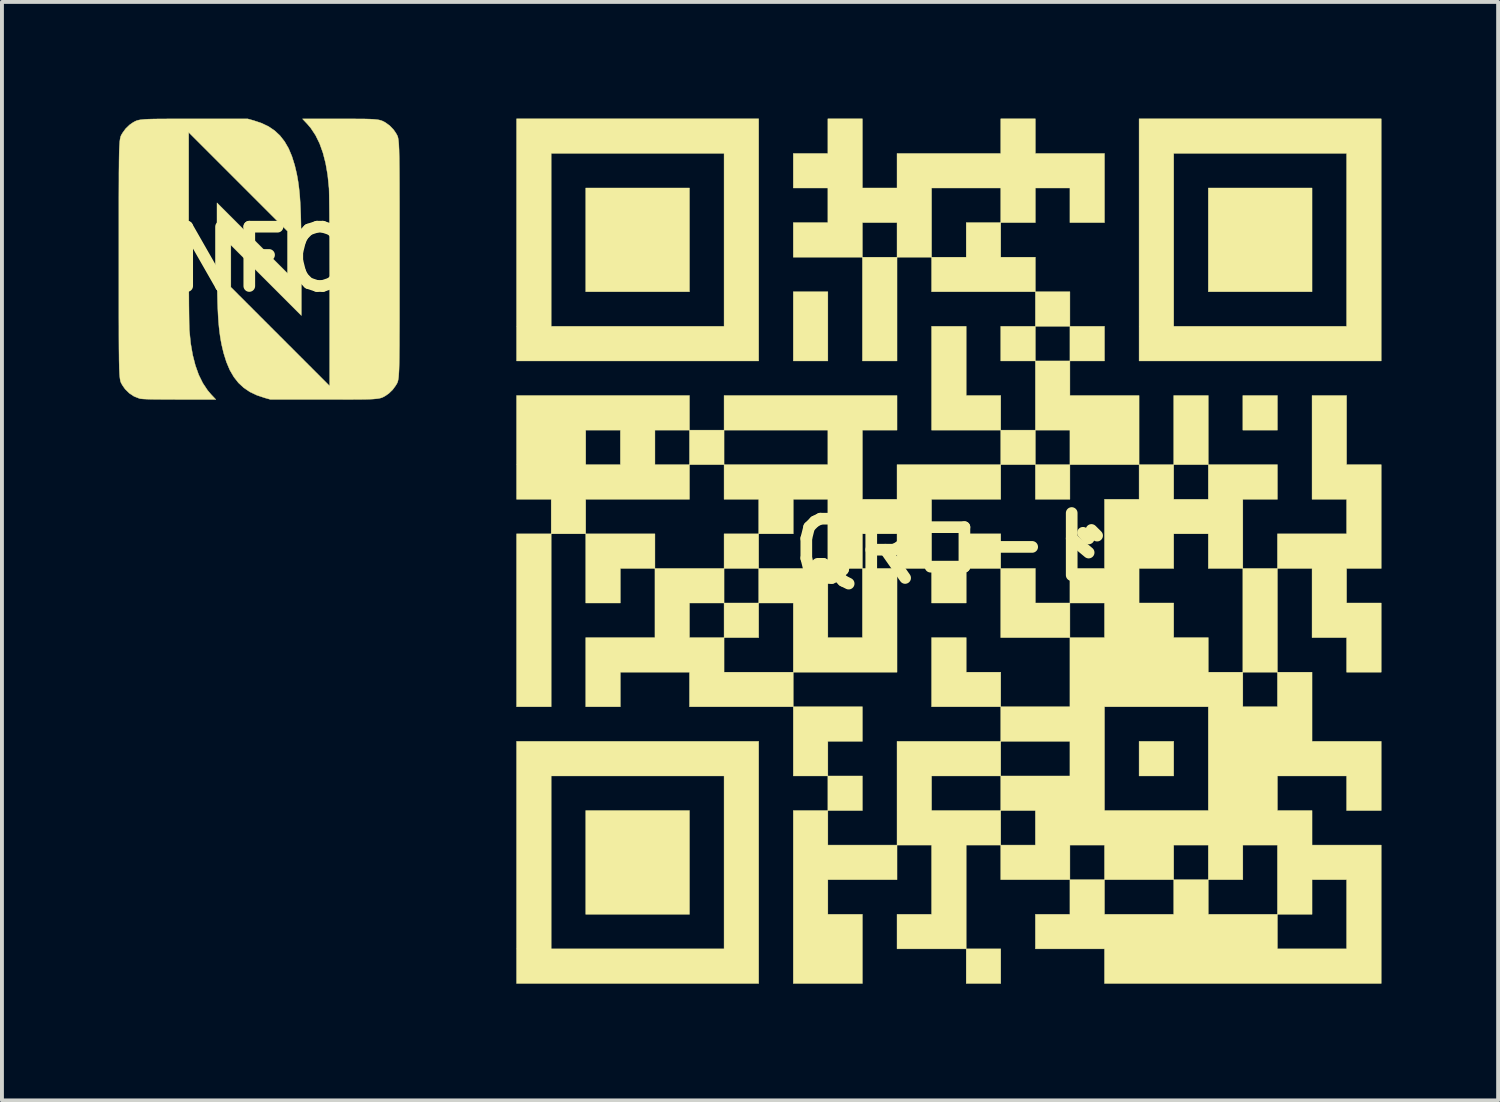
<source format=kicad_pcb>
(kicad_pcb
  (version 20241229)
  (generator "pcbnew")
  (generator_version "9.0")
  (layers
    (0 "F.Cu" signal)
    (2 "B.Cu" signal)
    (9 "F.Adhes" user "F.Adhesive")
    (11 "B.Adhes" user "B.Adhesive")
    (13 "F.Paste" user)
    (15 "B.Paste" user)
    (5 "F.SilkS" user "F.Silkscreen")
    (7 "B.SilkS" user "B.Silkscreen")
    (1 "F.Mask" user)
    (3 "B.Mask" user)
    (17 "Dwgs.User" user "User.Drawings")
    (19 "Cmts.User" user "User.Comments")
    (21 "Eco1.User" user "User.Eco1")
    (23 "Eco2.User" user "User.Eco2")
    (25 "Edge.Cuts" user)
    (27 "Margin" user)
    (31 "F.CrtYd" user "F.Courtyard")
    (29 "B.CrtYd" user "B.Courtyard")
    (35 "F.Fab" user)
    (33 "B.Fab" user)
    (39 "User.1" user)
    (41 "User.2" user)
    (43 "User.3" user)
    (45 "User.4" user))
  (footprint "QRコード"
    (layer "F.Cu")
    (at 21.341 11.117)
    (property "Reference" "QRコード" (at 0 0 0) (layer "F.SilkS") (effects (font (size 1.524 1.524) (thickness 0.3))))
    (attr through_hole)
    (fp_poly (pts (xy -10.223 4) (xy -11.113 4) (xy -11.113 -0.445) (xy -10.223 -0.445) (xy -10.223 4)) (stroke (width 0.01) (type solid)) (fill yes) (layer "F.SilkS"))
    (fp_poly (pts (xy -6.668 -6.668) (xy -9.335 -6.668) (xy -9.335 -9.335) (xy -6.668 -9.335) (xy -6.668 -6.668)) (stroke (width 0.01) (type solid)) (fill yes) (layer "F.SilkS"))
    (fp_poly (pts (xy -6.668 9.335) (xy -9.335 9.335) (xy -9.335 6.668) (xy -6.668 6.668) (xy -6.668 9.335)) (stroke (width 0.01) (type solid)) (fill yes) (layer "F.SilkS"))
    (fp_poly (pts (xy -4.889 0.445) (xy -5.779 0.445) (xy -5.779 -0.445) (xy -4.889 -0.445) (xy -4.889 0.445)) (stroke (width 0.01) (type solid)) (fill yes) (layer "F.SilkS"))
    (fp_poly (pts (xy -4.889 2.223) (xy -5.779 2.223) (xy -5.779 1.333) (xy -4.889 1.333) (xy -4.889 2.223)) (stroke (width 0.01) (type solid)) (fill yes) (layer "F.SilkS"))
    (fp_poly (pts (xy -3.111 -4.889) (xy -4 -4.889) (xy -4 -6.668) (xy -3.111 -6.668) (xy -3.111 -4.889)) (stroke (width 0.01) (type solid)) (fill yes) (layer "F.SilkS"))
    (fp_poly (pts (xy -2.223 6.668) (xy -3.111 6.668) (xy -3.111 5.779) (xy -2.223 5.779) (xy -2.223 6.668)) (stroke (width 0.01) (type solid)) (fill yes) (layer "F.SilkS"))
    (fp_poly (pts (xy 0.445 1.333) (xy -0.445 1.333) (xy -0.445 0.445) (xy 0.445 0.445) (xy 0.445 1.333)) (stroke (width 0.01) (type solid)) (fill yes) (layer "F.SilkS"))
    (fp_poly (pts (xy 1.333 0.445) (xy 0.445 0.445) (xy 0.445 -0.445) (xy 1.333 -0.445) (xy 1.333 0.445)) (stroke (width 0.01) (type solid)) (fill yes) (layer "F.SilkS"))
    (fp_poly (pts (xy 1.333 11.113) (xy 0.445 11.113) (xy 0.445 10.223) (xy 1.333 10.223) (xy 1.333 11.113)) (stroke (width 0.01) (type solid)) (fill yes) (layer "F.SilkS"))
    (fp_poly (pts (xy 2.223 -2.223) (xy 1.333 -2.223) (xy 1.333 -3.111) (xy 2.223 -3.111) (xy 2.223 -2.223)) (stroke (width 0.01) (type solid)) (fill yes) (layer "F.SilkS"))
    (fp_poly (pts (xy 3.111 -1.333) (xy 2.223 -1.333) (xy 2.223 -2.223) (xy 3.111 -2.223) (xy 3.111 -1.333)) (stroke (width 0.01) (type solid)) (fill yes) (layer "F.SilkS"))
    (fp_poly (pts (xy 5.779 5.779) (xy 4.889 5.779) (xy 4.889 4.889) (xy 5.779 4.889) (xy 5.779 5.779)) (stroke (width 0.01) (type solid)) (fill yes) (layer "F.SilkS"))
    (fp_poly (pts (xy 8.445 -3.111) (xy 7.556 -3.111) (xy 7.556 -4) (xy 8.445 -4) (xy 8.445 -3.111)) (stroke (width 0.01) (type solid)) (fill yes) (layer "F.SilkS"))
    (fp_poly (pts (xy 9.335 -6.668) (xy 6.668 -6.668) (xy 6.668 -9.335) (xy 9.335 -9.335) (xy 9.335 -6.668)) (stroke (width 0.01) (type solid)) (fill yes) (layer "F.SilkS"))
    (fp_poly (pts (xy -7.556 0.445) (xy -8.445 0.445) (xy -8.445 1.333) (xy -9.335 1.333) (xy -9.335 -0.445) (xy -7.556 -0.445) (xy -7.556 0.445)) (stroke (width 0.01) (type solid)) (fill yes) (layer "F.SilkS"))
    (fp_poly (pts (xy -2.223 4.889) (xy -3.111 4.889) (xy -3.111 5.779) (xy -4 5.779) (xy -4 4) (xy -2.223 4) (xy -2.223 4.889)) (stroke (width 0.01) (type solid)) (fill yes) (layer "F.SilkS"))
    (fp_poly (pts (xy 0.445 -4) (xy 1.333 -4) (xy 1.333 -3.111) (xy -0.445 -3.111) (xy -0.445 -5.779) (xy 0.445 -5.779) (xy 0.445 -4)) (stroke (width 0.01) (type solid)) (fill yes) (layer "F.SilkS"))
    (fp_poly (pts (xy 0.445 3.111) (xy 1.333 3.111) (xy 1.333 4) (xy -0.445 4) (xy -0.445 2.223) (xy 0.445 2.223) (xy 0.445 3.111)) (stroke (width 0.01) (type solid)) (fill yes) (layer "F.SilkS"))
    (fp_poly (pts (xy 2.223 1.333) (xy 3.111 1.333) (xy 3.111 2.223) (xy 1.333 2.223) (xy 1.333 0.445) (xy 2.223 0.445) (xy 2.223 1.333)) (stroke (width 0.01) (type solid)) (fill yes) (layer "F.SilkS"))
    (fp_poly (pts (xy -4.889 0.445) (xy -3.111 0.445) (xy -3.111 2.223) (xy -2.223 2.223) (xy -2.223 0.445) (xy -1.333 0.445) (xy -1.333 3.111) (xy -4 3.111) (xy -4 1.333) (xy -4.889 1.333) (xy -4.889 0.445)) (stroke (width 0.01) (type solid)) (fill yes) (layer "F.SilkS"))
    (fp_poly (pts (xy -3.111 7.556) (xy -1.333 7.556) (xy -1.333 8.445) (xy -3.111 8.445) (xy -3.111 9.335) (xy -2.223 9.335) (xy -2.223 11.113) (xy -4 11.113) (xy -4 6.668) (xy -3.111 6.668) (xy -3.111 7.556)) (stroke (width 0.01) (type solid)) (fill yes) (layer "F.SilkS"))
    (fp_poly (pts (xy -4.889 -4.889) (xy -11.113 -4.889) (xy -11.113 -10.223) (xy -10.223 -10.223) (xy -10.223 -5.779) (xy -5.779 -5.779) (xy -5.779 -10.223) (xy -10.223 -10.223) (xy -11.113 -10.223) (xy -11.113 -11.113) (xy -4.889 -11.113) (xy -4.889 -4.889)) (stroke (width 0.01) (type solid)) (fill yes) (layer "F.SilkS"))
    (fp_poly (pts (xy -4.889 11.113) (xy -11.113 11.113) (xy -11.113 5.779) (xy -10.223 5.779) (xy -10.223 10.223) (xy -5.779 10.223) (xy -5.779 5.779) (xy -10.223 5.779) (xy -11.113 5.779) (xy -11.113 4.889) (xy -4.889 4.889) (xy -4.889 11.113)) (stroke (width 0.01) (type solid)) (fill yes) (layer "F.SilkS"))
    (fp_poly (pts (xy 11.113 -4.889) (xy 4.889 -4.889) (xy 4.889 -10.223) (xy 5.779 -10.223) (xy 5.779 -5.779) (xy 10.223 -5.779) (xy 10.223 -10.223) (xy 5.779 -10.223) (xy 4.889 -10.223) (xy 4.889 -11.113) (xy 11.113 -11.113) (xy 11.113 -4.889)) (stroke (width 0.01) (type solid)) (fill yes) (layer "F.SilkS"))
    (fp_poly (pts (xy -5.779 1.333) (xy -6.668 1.333) (xy -6.668 2.223) (xy -5.779 2.223) (xy -5.779 3.111) (xy -4 3.111) (xy -4 4) (xy -6.668 4) (xy -6.668 3.111) (xy -8.445 3.111) (xy -8.445 4) (xy -9.335 4) (xy -9.335 2.223) (xy -7.556 2.223) (xy -7.556 0.445) (xy -5.779 0.445) (xy -5.779 1.333)) (stroke (width 0.01) (type solid)) (fill yes) (layer "F.SilkS"))
    (fp_poly (pts (xy 10.223 -2.223) (xy 11.113 -2.223) (xy 11.113 0.445) (xy 10.223 0.445) (xy 10.223 1.333) (xy 11.113 1.333) (xy 11.113 3.111) (xy 10.223 3.111) (xy 10.223 2.223) (xy 9.335 2.223) (xy 9.335 0.445) (xy 8.445 0.445) (xy 8.445 -0.445) (xy 10.223 -0.445) (xy 10.223 -1.333) (xy 9.335 -1.333) (xy 9.335 -4) (xy 10.223 -4) (xy 10.223 -2.223)) (stroke (width 0.01) (type solid)) (fill yes) (layer "F.SilkS"))
    (fp_poly (pts (xy 2.223 -4.889) (xy 1.333 -4.889) (xy 1.333 -5.779) (xy 2.223 -5.779) (xy 2.223 -4.889) (xy 3.111 -4.889) (xy 3.111 -5.779) (xy 2.223 -5.779) (xy 2.223 -6.668) (xy 3.111 -6.668) (xy 3.111 -5.779) (xy 4 -5.779) (xy 4 -4.889) (xy 3.111 -4.889) (xy 3.111 -4) (xy 4.889 -4) (xy 4.889 -2.223) (xy 3.111 -2.223) (xy 3.111 -3.111) (xy 2.223 -3.111) (xy 2.223 -4.889)) (stroke (width 0.01) (type solid)) (fill yes) (layer "F.SilkS"))
    (fp_poly (pts (xy -2.223 -9.335) (xy -1.333 -9.335) (xy -0.445 -9.335) (xy -0.445 -7.556) (xy 0.445 -7.556) (xy 0.445 -8.445) (xy 1.333 -8.445) (xy 1.333 -9.335) (xy -0.445 -9.335) (xy -1.333 -9.335) (xy -1.333 -10.223) (xy 1.333 -10.223) (xy 1.333 -11.113) (xy 2.223 -11.113) (xy 2.223 -10.223) (xy 4 -10.223) (xy 4 -8.445) (xy 3.111 -8.445) (xy 3.111 -9.335) (xy 2.223 -9.335) (xy 2.223 -8.445) (xy 1.333 -8.445) (xy 1.333 -7.556) (xy 2.223 -7.556) (xy 2.223 -6.668) (xy -0.445 -6.668) (xy -0.445 -7.556) (xy -1.333 -7.556) (xy -1.333 -4.889) (xy -2.223 -4.889) (xy -2.223 -7.556) (xy -4 -7.556) (xy -4 -8.445) (xy -3.111 -8.445) (xy -2.223 -8.445) (xy -2.223 -7.556) (xy -1.333 -7.556) (xy -1.333 -8.445) (xy -2.223 -8.445) (xy -3.111 -8.445) (xy -3.111 -9.335) (xy -4 -9.335) (xy -4 -10.223) (xy -3.111 -10.223) (xy -3.111 -11.113) (xy -2.223 -11.113) (xy -2.223 -9.335)) (stroke (width 0.01) (type solid)) (fill yes) (layer "F.SilkS"))
    (fp_poly (pts (xy -6.668 -3.111) (xy -5.779 -3.111) (xy -5.779 -2.223) (xy -3.111 -2.223) (xy -3.111 -3.111) (xy -5.779 -3.111) (xy -5.779 -4) (xy -1.333 -4) (xy -1.333 -3.111) (xy -2.223 -3.111) (xy -2.223 -1.333) (xy -1.333 -1.333) (xy -1.333 -2.223) (xy 1.333 -2.223) (xy 1.333 -1.333) (xy -0.445 -1.333) (xy -0.445 0.445) (xy -1.333 0.445) (xy -1.333 -0.445) (xy -2.223 -0.445) (xy -2.223 0.445) (xy -3.111 0.445) (xy -3.111 -1.333) (xy -4 -1.333) (xy -4 -0.445) (xy -4.889 -0.445) (xy -4.889 -1.333) (xy -5.779 -1.333) (xy -5.779 -2.223) (xy -6.668 -2.223) (xy -6.668 -1.333) (xy -9.335 -1.333) (xy -9.335 -0.445) (xy -10.223 -0.445) (xy -10.223 -1.333) (xy -11.113 -1.333) (xy -11.113 -3.111) (xy -9.335 -3.111) (xy -9.335 -2.223) (xy -8.445 -2.223) (xy -8.445 -3.111) (xy -7.556 -3.111) (xy -7.556 -2.223) (xy -6.668 -2.223) (xy -6.668 -3.111) (xy -7.556 -3.111) (xy -8.445 -3.111) (xy -9.335 -3.111) (xy -11.113 -3.111) (xy -11.113 -4) (xy -6.668 -4) (xy -6.668 -3.111)) (stroke (width 0.01) (type solid)) (fill yes) (layer "F.SilkS"))
    (fp_poly (pts (xy 9.335 3.111) (xy 9.335 4.889) (xy 11.113 4.889) (xy 11.113 6.668) (xy 10.223 6.668) (xy 10.223 5.779) (xy 8.445 5.779) (xy 8.445 6.668) (xy 9.335 6.668) (xy 9.335 7.556) (xy 11.113 7.556) (xy 11.113 11.113) (xy 4 11.113) (xy 4 10.223) (xy 2.223 10.223) (xy 2.223 9.335) (xy 3.111 9.335) (xy 3.111 8.445) (xy 1.333 8.445) (xy 1.333 7.556) (xy 0.445 7.556) (xy 0.445 10.223) (xy -1.333 10.223) (xy -1.333 9.335) (xy -0.445 9.335) (xy -0.445 7.556) (xy -1.333 7.556) (xy -1.333 5.779) (xy -0.445 5.779) (xy -0.445 6.668) (xy 1.333 6.668) (xy 1.333 7.556) (xy 2.223 7.556) (xy 3.111 7.556) (xy 3.111 8.445) (xy 4 8.445) (xy 4 9.335) (xy 5.779 9.335) (xy 5.779 8.445) (xy 4 8.445) (xy 4 7.556) (xy 5.779 7.556) (xy 5.779 8.445) (xy 6.668 8.445) (xy 6.668 9.335) (xy 8.445 9.335) (xy 8.445 10.223) (xy 10.223 10.223) (xy 10.223 8.445) (xy 9.335 8.445) (xy 9.335 9.335) (xy 8.445 9.335) (xy 8.445 7.556) (xy 7.556 7.556) (xy 7.556 8.445) (xy 6.668 8.445) (xy 6.668 7.556) (xy 5.779 7.556) (xy 4 7.556) (xy 3.111 7.556) (xy 2.223 7.556) (xy 2.223 6.668) (xy 1.333 6.668) (xy 1.333 5.779) (xy -0.445 5.779) (xy -1.333 5.779) (xy -1.333 4.889) (xy 1.333 4.889) (xy 1.333 5.779) (xy 3.111 5.779) (xy 3.111 4.889) (xy 1.333 4.889) (xy 1.333 4) (xy 3.111 4) (xy 4 4) (xy 4 6.668) (xy 6.668 6.668) (xy 6.668 4) (xy 4 4) (xy 3.111 4) (xy 3.111 2.223) (xy 4 2.223) (xy 4 1.333) (xy 3.111 1.333) (xy 3.111 0.445) (xy 4 0.445) (xy 4.889 0.445) (xy 4.889 1.333) (xy 5.779 1.333) (xy 5.779 2.223) (xy 6.668 2.223) (xy 6.668 3.111) (xy 7.556 3.111) (xy 7.556 4) (xy 8.445 4) (xy 8.445 3.111) (xy 7.556 3.111) (xy 7.556 0.445) (xy 6.668 0.445) (xy 6.668 -0.445) (xy 5.779 -0.445) (xy 5.779 0.445) (xy 4.889 0.445) (xy 4 0.445) (xy 4 -1.333) (xy 4.889 -1.333) (xy 4.889 -2.223) (xy 5.779 -2.223) (xy 5.779 -1.333) (xy 6.668 -1.333) (xy 6.668 -2.223) (xy 5.779 -2.223) (xy 5.779 -4) (xy 6.668 -4) (xy 6.668 -2.223) (xy 8.445 -2.223) (xy 8.445 -1.333) (xy 7.556 -1.333) (xy 7.556 0.445) (xy 8.445 0.445) (xy 8.445 3.111) (xy 9.335 3.111)) (stroke (width 0.01) (type solid)) (fill yes) (layer "F.SilkS")))
  (footprint "NFC"
    (layer "F.Cu")
    (at 3.612 3.612)
    (property "Reference" "NFC" (at 0 0 0) (layer "F.SilkS") (effects (font (size 1.524 1.524) (thickness 0.3))))
    (attr through_hole)
    (fp_poly (pts (xy 2.257 -3.607) (xy 2.44 -3.606) (xy 2.595 -3.605) (xy 2.725 -3.604) (xy 2.832 -3.601) (xy 2.92 -3.597) (xy 2.992 -3.591) (xy 3.05 -3.584) (xy 3.098 -3.575) (xy 3.138 -3.563) (xy 3.173 -3.55) (xy 3.207 -3.533) (xy 3.241 -3.514) (xy 3.248 -3.51) (xy 3.356 -3.431) (xy 3.453 -3.33) (xy 3.51 -3.248) (xy 3.521 -3.229) (xy 3.532 -3.211) (xy 3.542 -3.193) (xy 3.551 -3.175) (xy 3.56 -3.154) (xy 3.567 -3.129) (xy 3.573 -3.098) (xy 3.579 -3.06) (xy 3.584 -3.013) (xy 3.589 -2.957) (xy 3.592 -2.889) (xy 3.596 -2.807) (xy 3.598 -2.711) (xy 3.601 -2.598) (xy 3.602 -2.468) (xy 3.604 -2.319) (xy 3.605 -2.149) (xy 3.606 -1.956) (xy 3.606 -1.74) (xy 3.607 -1.499) (xy 3.607 -1.231) (xy 3.607 -0.934) (xy 3.607 -0.607) (xy 3.607 -0.25) (xy 3.607 0) (xy 3.607 0.379) (xy 3.607 0.726) (xy 3.607 1.042) (xy 3.607 1.328) (xy 3.607 1.587) (xy 3.606 1.819) (xy 3.605 2.027) (xy 3.605 2.211) (xy 3.603 2.374) (xy 3.602 2.516) (xy 3.6 2.64) (xy 3.598 2.746) (xy 3.595 2.837) (xy 3.591 2.914) (xy 3.587 2.978) (xy 3.583 3.031) (xy 3.577 3.074) (xy 3.571 3.109) (xy 3.564 3.138) (xy 3.557 3.162) (xy 3.548 3.182) (xy 3.539 3.199) (xy 3.529 3.217) (xy 3.517 3.235) (xy 3.51 3.248) (xy 3.431 3.356) (xy 3.33 3.453) (xy 3.248 3.51) (xy 3.219 3.527) (xy 3.191 3.542) (xy 3.163 3.555) (xy 3.132 3.566) (xy 3.096 3.575) (xy 3.052 3.583) (xy 2.998 3.589) (xy 2.932 3.595) (xy 2.851 3.599) (xy 2.753 3.602) (xy 2.636 3.604) (xy 2.497 3.605) (xy 2.334 3.606) (xy 2.145 3.607) (xy 1.926 3.607) (xy 1.677 3.607) (xy 1.635 3.607) (xy 0.296 3.607) (xy 0.142 3.564) (xy -0.059 3.497) (xy -0.238 3.412) (xy -0.395 3.306) (xy -0.533 3.178) (xy -0.652 3.026) (xy -0.755 2.849) (xy -0.841 2.645) (xy -0.914 2.412) (xy -0.964 2.201) (xy -0.984 2.095) (xy -1.002 1.986) (xy -1.018 1.87) (xy -1.032 1.747) (xy -1.044 1.613) (xy -1.054 1.465) (xy -1.062 1.302) (xy -1.069 1.12) (xy -1.074 0.918) (xy -1.078 0.692) (xy -1.081 0.441) (xy -1.083 0.162) (xy -1.084 -0.148) (xy -1.084 -0.254) (xy -1.084 -1.448) (xy -0.178 -0.542) (xy 0.728 0.364) (xy 0.728 -0.72) (xy -1.812 -3.26) (xy -1.812 -0.83) (xy -1.812 -0.483) (xy -1.811 -0.155) (xy -1.811 0.153) (xy -1.81 0.44) (xy -1.809 0.704) (xy -1.807 0.945) (xy -1.806 1.16) (xy -1.804 1.349) (xy -1.802 1.51) (xy -1.8 1.642) (xy -1.798 1.743) (xy -1.796 1.813) (xy -1.794 1.837) (xy -1.761 2.164) (xy -1.709 2.463) (xy -1.64 2.732) (xy -1.554 2.973) (xy -1.449 3.186) (xy -1.327 3.37) (xy -1.239 3.474) (xy -1.114 3.607) (xy -2.051 3.606) (xy -2.263 3.605) (xy -2.443 3.605) (xy -2.595 3.603) (xy -2.721 3.602) (xy -2.824 3.6) (xy -2.906 3.597) (xy -2.97 3.594) (xy -3.018 3.59) (xy -3.054 3.586) (xy -3.079 3.58) (xy -3.215 3.527) (xy -3.339 3.445) (xy -3.445 3.34) (xy -3.51 3.248) (xy -3.521 3.229) (xy -3.532 3.211) (xy -3.542 3.193) (xy -3.551 3.175) (xy -3.56 3.154) (xy -3.567 3.129) (xy -3.573 3.098) (xy -3.579 3.06) (xy -3.584 3.013) (xy -3.589 2.957) (xy -3.592 2.889) (xy -3.596 2.807) (xy -3.598 2.711) (xy -3.601 2.598) (xy -3.602 2.468) (xy -3.604 2.319) (xy -3.605 2.149) (xy -3.606 1.956) (xy -3.606 1.74) (xy -3.607 1.499) (xy -3.607 1.231) (xy -3.607 0.934) (xy -3.607 0.607) (xy -3.607 0.25) (xy -3.607 0) (xy -3.607 -0.379) (xy -3.607 -0.726) (xy -3.607 -1.042) (xy -3.607 -1.328) (xy -3.607 -1.587) (xy -3.606 -1.819) (xy -3.605 -2.027) (xy -3.605 -2.211) (xy -3.603 -2.374) (xy -3.602 -2.516) (xy -3.6 -2.64) (xy -3.598 -2.746) (xy -3.595 -2.837) (xy -3.591 -2.914) (xy -3.587 -2.978) (xy -3.583 -3.031) (xy -3.577 -3.074) (xy -3.571 -3.109) (xy -3.564 -3.138) (xy -3.557 -3.162) (xy -3.548 -3.182) (xy -3.539 -3.199) (xy -3.529 -3.217) (xy -3.517 -3.235) (xy -3.51 -3.248) (xy -3.431 -3.356) (xy -3.33 -3.453) (xy -3.248 -3.51) (xy -3.219 -3.527) (xy -3.191 -3.542) (xy -3.163 -3.555) (xy -3.132 -3.566) (xy -3.096 -3.575) (xy -3.052 -3.583) (xy -2.998 -3.589) (xy -2.932 -3.595) (xy -2.851 -3.599) (xy -2.753 -3.602) (xy -2.636 -3.604) (xy -2.497 -3.605) (xy -2.334 -3.606) (xy -2.145 -3.607) (xy -1.926 -3.607) (xy -1.677 -3.607) (xy -1.635 -3.607) (xy -0.296 -3.607) (xy -0.142 -3.564) (xy 0.059 -3.497) (xy 0.238 -3.412) (xy 0.395 -3.306) (xy 0.533 -3.178) (xy 0.652 -3.026) (xy 0.755 -2.849) (xy 0.841 -2.645) (xy 0.914 -2.412) (xy 0.964 -2.201) (xy 0.984 -2.095) (xy 1.002 -1.986) (xy 1.018 -1.87) (xy 1.032 -1.747) (xy 1.044 -1.613) (xy 1.054 -1.465) (xy 1.062 -1.302) (xy 1.069 -1.12) (xy 1.074 -0.918) (xy 1.078 -0.692) (xy 1.081 -0.441) (xy 1.083 -0.162) (xy 1.084 0.148) (xy 1.084 0.254) (xy 1.084 1.448) (xy 0.178 0.542) (xy -0.728 -0.364) (xy -0.728 0.72) (xy 0.542 1.99) (xy 1.812 3.26) (xy 1.812 0.83) (xy 1.812 0.483) (xy 1.811 0.155) (xy 1.811 -0.153) (xy 1.81 -0.44) (xy 1.809 -0.704) (xy 1.807 -0.945) (xy 1.806 -1.16) (xy 1.804 -1.349) (xy 1.802 -1.51) (xy 1.8 -1.642) (xy 1.798 -1.743) (xy 1.796 -1.813) (xy 1.794 -1.837) (xy 1.761 -2.164) (xy 1.709 -2.463) (xy 1.64 -2.732) (xy 1.554 -2.973) (xy 1.449 -3.186) (xy 1.327 -3.37) (xy 1.239 -3.474) (xy 1.114 -3.607) (xy 2.044 -3.607) (xy 2.257 -3.607)) (stroke (width 0.01) (type solid)) (fill yes) (layer "F.SilkS")))
  (gr_rect
    (start -3 -3)
    (end 35.459 25.235)
    (stroke (width 0.1) (type default))
    (fill no)
    (layer "Edge.Cuts")))
</source>
